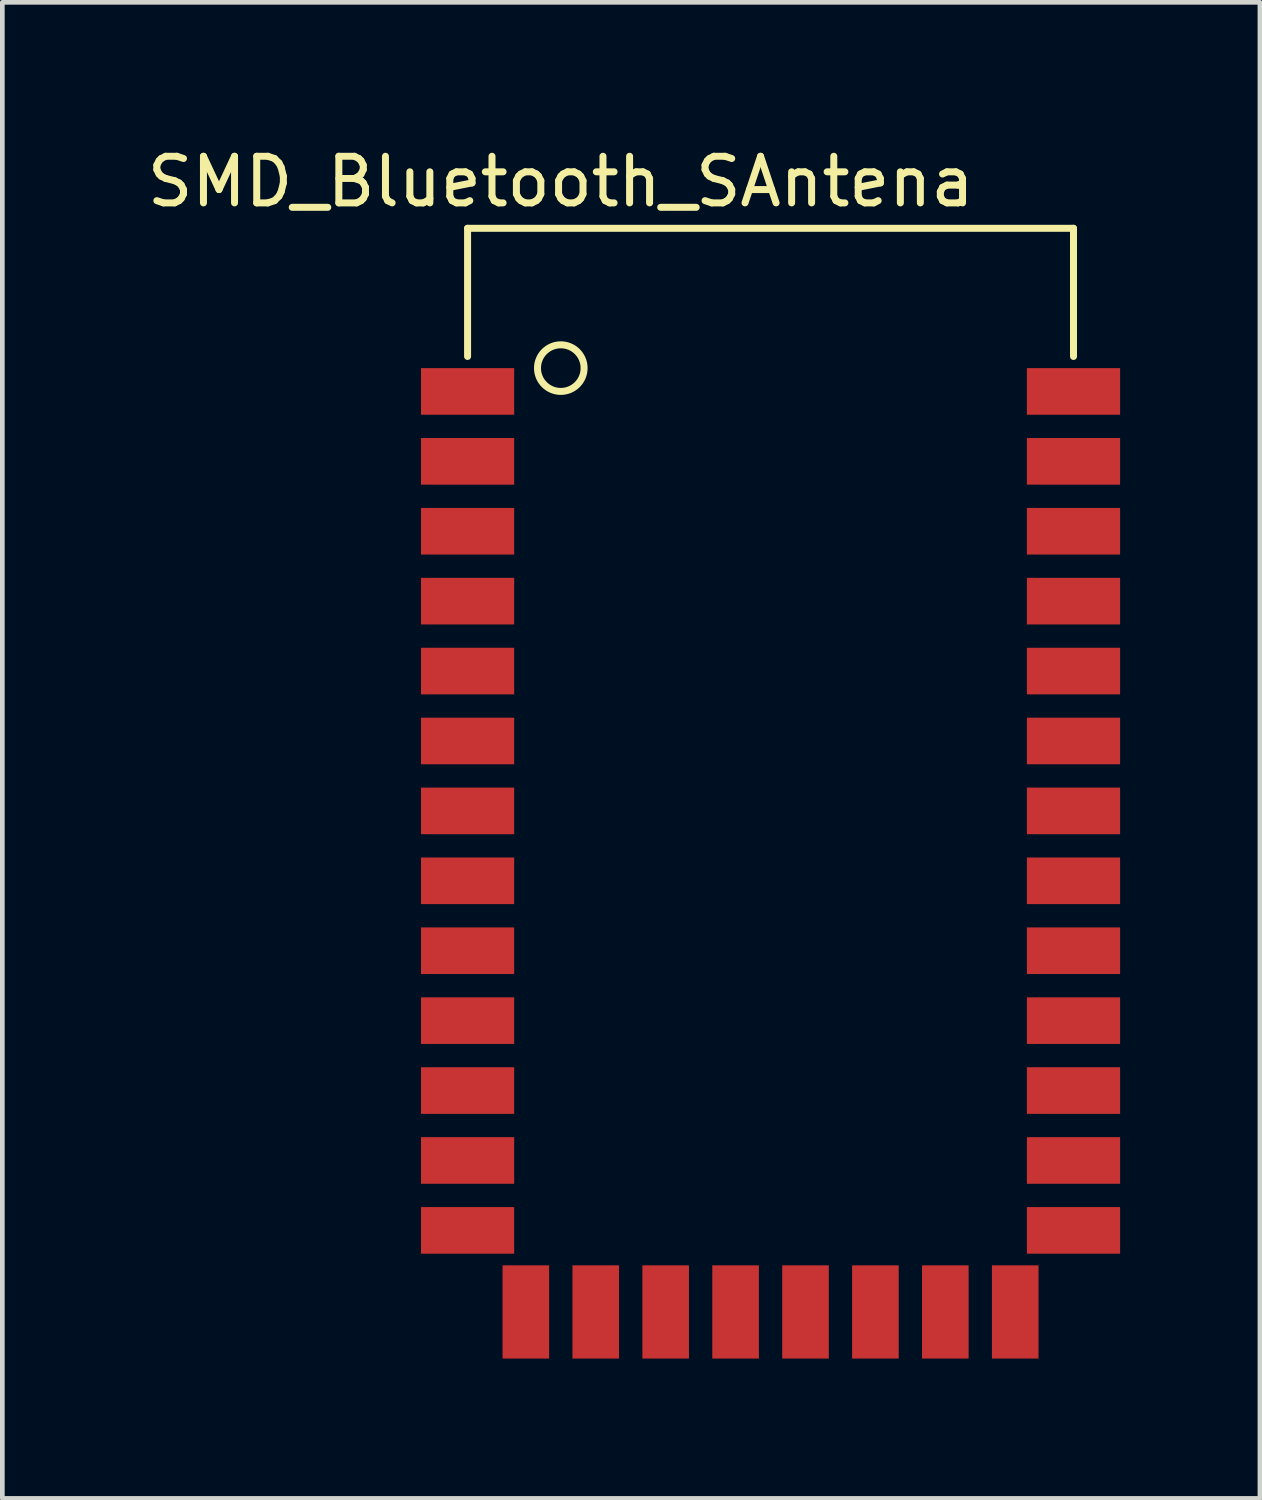
<source format=kicad_pcb>
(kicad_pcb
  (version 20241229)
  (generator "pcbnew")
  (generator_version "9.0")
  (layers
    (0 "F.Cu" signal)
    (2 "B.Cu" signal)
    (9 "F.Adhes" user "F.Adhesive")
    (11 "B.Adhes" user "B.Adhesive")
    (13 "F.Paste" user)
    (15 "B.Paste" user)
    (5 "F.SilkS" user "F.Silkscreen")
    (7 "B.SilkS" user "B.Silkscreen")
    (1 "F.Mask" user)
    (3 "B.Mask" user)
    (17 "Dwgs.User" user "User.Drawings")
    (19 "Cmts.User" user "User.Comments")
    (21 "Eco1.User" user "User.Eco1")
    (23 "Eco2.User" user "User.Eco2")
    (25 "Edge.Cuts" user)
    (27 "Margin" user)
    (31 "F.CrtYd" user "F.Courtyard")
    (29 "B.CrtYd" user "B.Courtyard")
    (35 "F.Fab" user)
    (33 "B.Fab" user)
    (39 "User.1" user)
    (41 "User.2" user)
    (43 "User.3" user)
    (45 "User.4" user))
  (footprint "SMD_Bluetooth_SAntena"
    (layer "F.Cu")
    (at 13.482 14.348)
    (property "Reference" "SMD_Bluetooth_SAntena" (at -4.5 -13.5 0) (layer "F.SilkS") (effects (font (size 1 1) (thickness 0.15))))
    (attr through_hole)
    (fp_line (start -6.5 -12.5) (end -6.5 -9.75) (stroke (width 0.15) (type solid)) (layer "F.SilkS"))
    (fp_line (start -6.5 -12.5) (end 6.5 -12.5) (stroke (width 0.15) (type solid)) (layer "F.SilkS"))
    (fp_line (start 6.5 -12.5) (end 6.5 -9.75) (stroke (width 0.15) (type solid)) (layer "F.SilkS"))
    (fp_circle (center -4.5 -9.5) (end -4 -9.5) (stroke (width 0.15) (type solid)) (fill no) (layer "F.SilkS"))
    (pad "1" smd rect (at -6.5 -9) (size 2 1) (layers "F.Cu" "F.Mask" "F.Paste"))
    (pad "2" smd rect (at -6.5 -7.5) (size 2 1) (layers "F.Cu" "F.Mask" "F.Paste"))
    (pad "3" smd rect (at -6.5 -6) (size 2 1) (layers "F.Cu" "F.Mask" "F.Paste"))
    (pad "4" smd rect (at -6.5 -4.5) (size 2 1) (layers "F.Cu" "F.Mask" "F.Paste"))
    (pad "5" smd rect (at -6.5 -3) (size 2 1) (layers "F.Cu" "F.Mask" "F.Paste"))
    (pad "6" smd rect (at -6.5 -1.5) (size 2 1) (layers "F.Cu" "F.Mask" "F.Paste"))
    (pad "7" smd rect (at -6.5 0) (size 2 1) (layers "F.Cu" "F.Mask" "F.Paste"))
    (pad "8" smd rect (at -6.5 1.5) (size 2 1) (layers "F.Cu" "F.Mask" "F.Paste"))
    (pad "9" smd rect (at -6.5 3) (size 2 1) (layers "F.Cu" "F.Mask" "F.Paste"))
    (pad "10" smd rect (at -6.5 4.5) (size 2 1) (layers "F.Cu" "F.Mask" "F.Paste"))
    (pad "11" smd rect (at -6.5 6) (size 2 1) (layers "F.Cu" "F.Mask" "F.Paste"))
    (pad "12" smd rect (at -6.5 7.5) (size 2 1) (layers "F.Cu" "F.Mask" "F.Paste"))
    (pad "13" smd rect (at -6.5 9) (size 2 1) (layers "F.Cu" "F.Mask" "F.Paste"))
    (pad "14" smd rect (at -5.25 10.75) (size 1 2) (layers "F.Cu" "F.Mask" "F.Paste"))
    (pad "15" smd rect (at -3.75 10.75) (size 1 2) (layers "F.Cu" "F.Mask" "F.Paste"))
    (pad "16" smd rect (at -2.25 10.75) (size 1 2) (layers "F.Cu" "F.Mask" "F.Paste"))
    (pad "17" smd rect (at -0.75 10.75) (size 1 2) (layers "F.Cu" "F.Mask" "F.Paste"))
    (pad "18" smd rect (at 0.75 10.75) (size 1 2) (layers "F.Cu" "F.Mask" "F.Paste"))
    (pad "19" smd rect (at 2.25 10.75) (size 1 2) (layers "F.Cu" "F.Mask" "F.Paste"))
    (pad "20" smd rect (at 3.75 10.75) (size 1 2) (layers "F.Cu" "F.Mask" "F.Paste"))
    (pad "21" smd rect (at 5.25 10.75) (size 1 2) (layers "F.Cu" "F.Mask" "F.Paste"))
    (pad "22" smd rect (at 6.5 9) (size 2 1) (layers "F.Cu" "F.Mask" "F.Paste"))
    (pad "23" smd rect (at 6.5 7.5) (size 2 1) (layers "F.Cu" "F.Mask" "F.Paste"))
    (pad "24" smd rect (at 6.5 6) (size 2 1) (layers "F.Cu" "F.Mask" "F.Paste"))
    (pad "25" smd rect (at 6.5 4.5) (size 2 1) (layers "F.Cu" "F.Mask" "F.Paste"))
    (pad "26" smd rect (at 6.5 3) (size 2 1) (layers "F.Cu" "F.Mask" "F.Paste"))
    (pad "27" smd rect (at 6.5 1.5) (size 2 1) (layers "F.Cu" "F.Mask" "F.Paste"))
    (pad "28" smd rect (at 6.5 0) (size 2 1) (layers "F.Cu" "F.Mask" "F.Paste"))
    (pad "29" smd rect (at 6.5 -1.5) (size 2 1) (layers "F.Cu" "F.Mask" "F.Paste"))
    (pad "30" smd rect (at 6.5 -3) (size 2 1) (layers "F.Cu" "F.Mask" "F.Paste"))
    (pad "31" smd rect (at 6.5 -4.5) (size 2 1) (layers "F.Cu" "F.Mask" "F.Paste"))
    (pad "32" smd rect (at 6.5 -6) (size 2 1) (layers "F.Cu" "F.Mask" "F.Paste"))
    (pad "33" smd rect (at 6.5 -7.5) (size 2 1) (layers "F.Cu" "F.Mask" "F.Paste"))
    (pad "34" smd rect (at 6.5 -9) (size 2 1) (layers "F.Cu" "F.Mask" "F.Paste")))
  (gr_rect
    (start -3 -3)
    (end 23.982 29.098)
    (stroke (width 0.1) (type default))
    (fill no)
    (layer "Edge.Cuts")))
</source>
